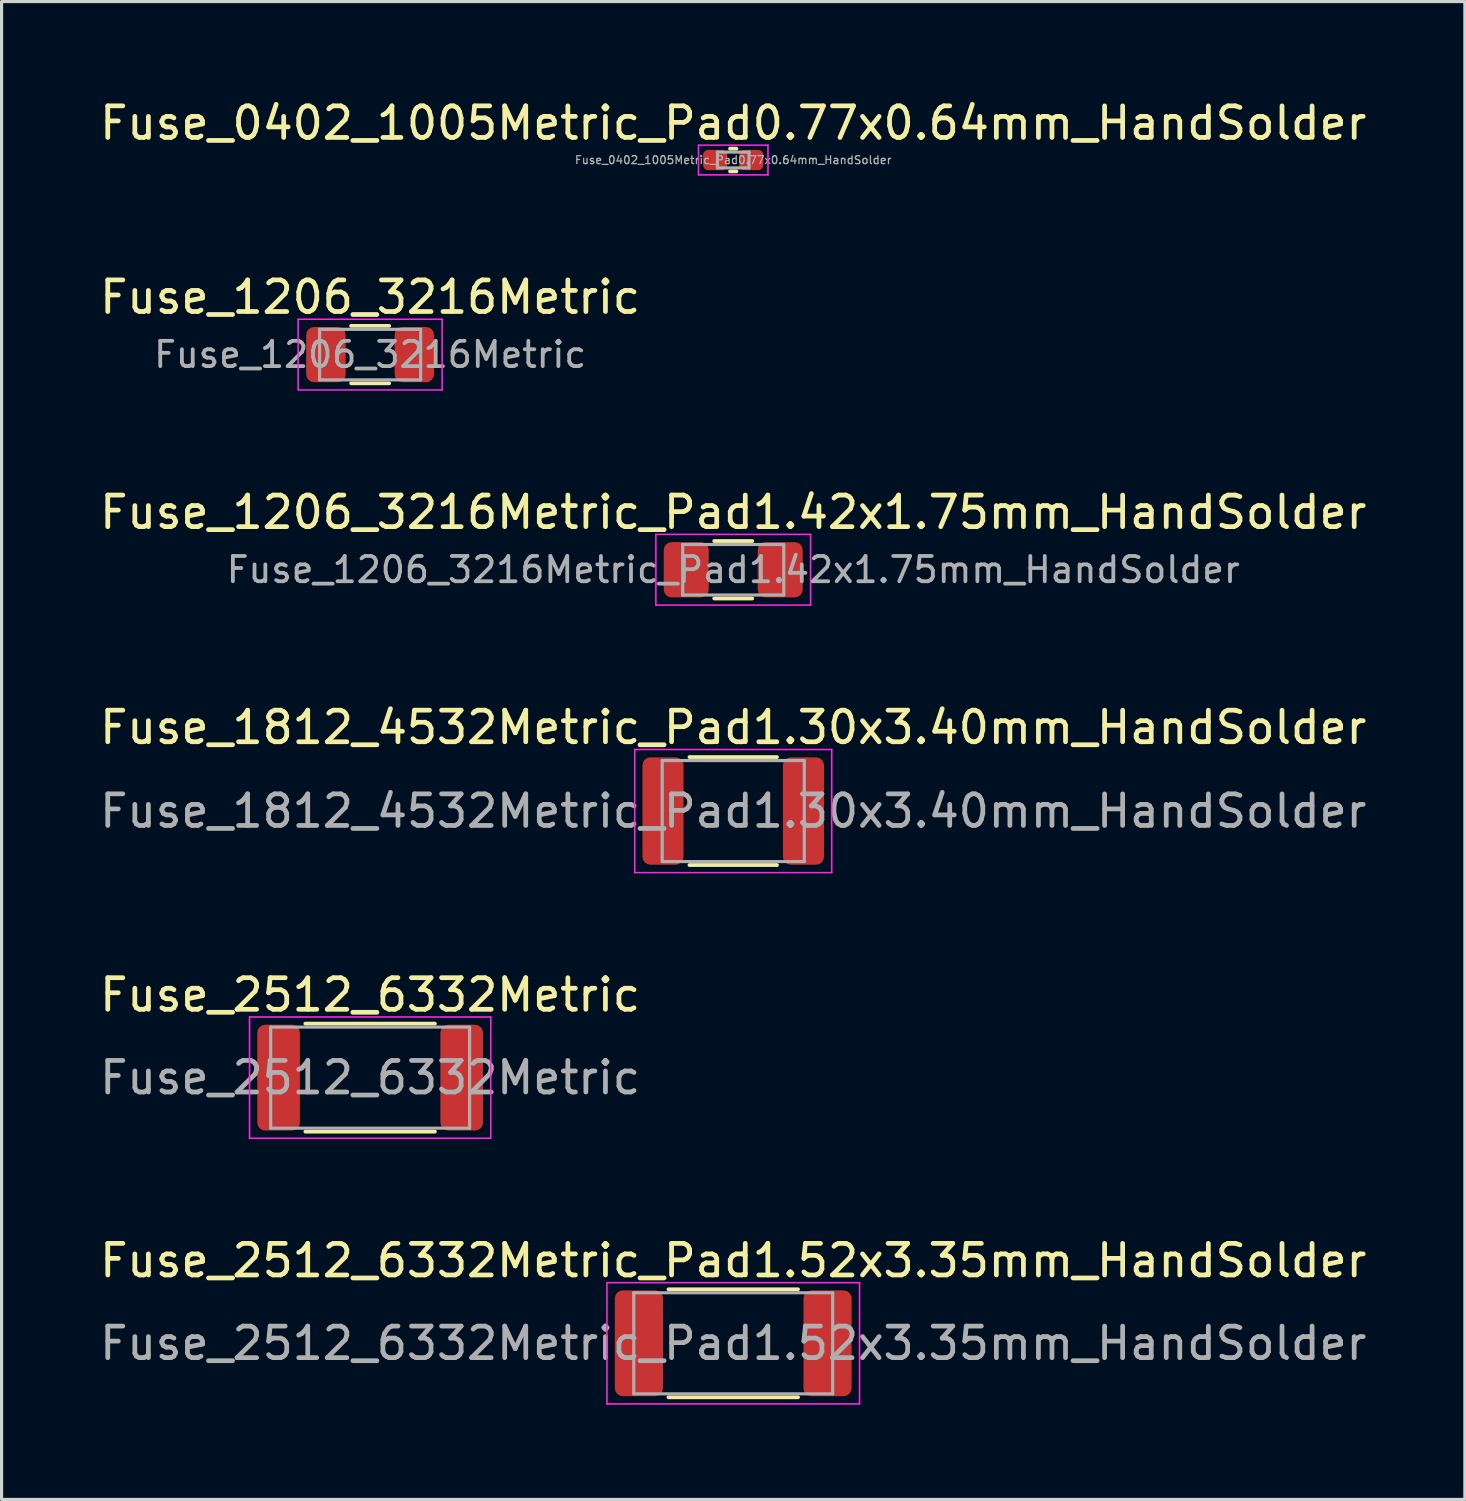
<source format=kicad_pcb>
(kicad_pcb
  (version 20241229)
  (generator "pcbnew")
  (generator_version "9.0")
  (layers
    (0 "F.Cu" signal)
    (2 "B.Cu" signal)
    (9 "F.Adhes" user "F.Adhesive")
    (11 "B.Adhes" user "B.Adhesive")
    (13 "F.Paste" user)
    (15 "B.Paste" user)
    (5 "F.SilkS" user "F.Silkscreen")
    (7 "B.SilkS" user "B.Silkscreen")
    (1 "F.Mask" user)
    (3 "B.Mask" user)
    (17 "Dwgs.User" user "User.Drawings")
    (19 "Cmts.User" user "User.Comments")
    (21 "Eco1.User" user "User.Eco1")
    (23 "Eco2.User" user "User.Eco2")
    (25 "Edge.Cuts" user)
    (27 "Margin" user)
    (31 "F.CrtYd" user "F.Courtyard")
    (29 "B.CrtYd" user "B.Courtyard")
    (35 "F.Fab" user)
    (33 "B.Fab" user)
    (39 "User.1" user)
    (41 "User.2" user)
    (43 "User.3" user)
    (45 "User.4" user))
  (footprint "Fuse_2512_6332Metric_Pad1.52x3.35mm_HandSolder"
    (layer "F.Cu")
    (at 20.173 39.495)
    (property "Reference" "Fuse_2512_6332Metric_Pad1.52x3.35mm_HandSolder" (at 0 -2.62 0) (layer "F.SilkS") (effects (font (size 1 1) (thickness 0.15))))
    (attr smd)
    (fp_line (start -2.052 -1.71) (end 2.052 -1.71) (stroke (width 0.12) (type solid)) (layer "F.SilkS"))
    (fp_line (start -2.052 1.71) (end 2.052 1.71) (stroke (width 0.12) (type solid)) (layer "F.SilkS"))
    (fp_line (start -4 -1.92) (end 4 -1.92) (stroke (width 0.05) (type solid)) (layer "F.CrtYd"))
    (fp_line (start -4 1.92) (end -4 -1.92) (stroke (width 0.05) (type solid)) (layer "F.CrtYd"))
    (fp_line (start 4 -1.92) (end 4 1.92) (stroke (width 0.05) (type solid)) (layer "F.CrtYd"))
    (fp_line (start 4 1.92) (end -4 1.92) (stroke (width 0.05) (type solid)) (layer "F.CrtYd"))
    (fp_line (start -3.15 -1.6) (end 3.15 -1.6) (stroke (width 0.1) (type solid)) (layer "F.Fab"))
    (fp_line (start -3.15 1.6) (end -3.15 -1.6) (stroke (width 0.1) (type solid)) (layer "F.Fab"))
    (fp_line (start 3.15 -1.6) (end 3.15 1.6) (stroke (width 0.1) (type solid)) (layer "F.Fab"))
    (fp_line (start 3.15 1.6) (end -3.15 1.6) (stroke (width 0.1) (type solid)) (layer "F.Fab"))
    (fp_text user "${REFERENCE}" (at 0 0 0) (layer "F.Fab") (effects (font (size 1 1) (thickness 0.15))))
    (pad "1" smd roundrect (at -2.987 0) (size 1.525 3.35) (layers "F.Cu" "F.Mask" "F.Paste") (roundrect_rratio 0.164))
    (pad "2" smd roundrect (at 2.987 0) (size 1.525 3.35) (layers "F.Cu" "F.Mask" "F.Paste") (roundrect_rratio 0.164)))
  (footprint "Fuse_1206_3216Metric"
    (layer "F.Cu")
    (at 8.673 8.181)
    (property "Reference" "Fuse_1206_3216Metric" (at 0 -1.82 0) (layer "F.SilkS") (effects (font (size 1 1) (thickness 0.15))))
    (attr smd)
    (fp_line (start -0.602 -0.91) (end 0.602 -0.91) (stroke (width 0.12) (type solid)) (layer "F.SilkS"))
    (fp_line (start -0.602 0.91) (end 0.602 0.91) (stroke (width 0.12) (type solid)) (layer "F.SilkS"))
    (fp_line (start -2.28 -1.12) (end 2.28 -1.12) (stroke (width 0.05) (type solid)) (layer "F.CrtYd"))
    (fp_line (start -2.28 1.12) (end -2.28 -1.12) (stroke (width 0.05) (type solid)) (layer "F.CrtYd"))
    (fp_line (start 2.28 -1.12) (end 2.28 1.12) (stroke (width 0.05) (type solid)) (layer "F.CrtYd"))
    (fp_line (start 2.28 1.12) (end -2.28 1.12) (stroke (width 0.05) (type solid)) (layer "F.CrtYd"))
    (fp_line (start -1.6 -0.8) (end 1.6 -0.8) (stroke (width 0.1) (type solid)) (layer "F.Fab"))
    (fp_line (start -1.6 0.8) (end -1.6 -0.8) (stroke (width 0.1) (type solid)) (layer "F.Fab"))
    (fp_line (start 1.6 -0.8) (end 1.6 0.8) (stroke (width 0.1) (type solid)) (layer "F.Fab"))
    (fp_line (start 1.6 0.8) (end -1.6 0.8) (stroke (width 0.1) (type solid)) (layer "F.Fab"))
    (fp_text user "${REFERENCE}" (at 0 0 0) (layer "F.Fab") (effects (font (size 0.8 0.8) (thickness 0.12))))
    (pad "1" smd roundrect (at -1.4 0) (size 1.25 1.75) (layers "F.Cu" "F.Mask" "F.Paste") (roundrect_rratio 0.2))
    (pad "2" smd roundrect (at 1.4 0) (size 1.25 1.75) (layers "F.Cu" "F.Mask" "F.Paste") (roundrect_rratio 0.2)))
  (footprint "Fuse_1812_4532Metric_Pad1.30x3.40mm_HandSolder"
    (layer "F.Cu")
    (at 20.173 22.638)
    (property "Reference" "Fuse_1812_4532Metric_Pad1.30x3.40mm_HandSolder" (at 0 -2.65 0) (layer "F.SilkS") (effects (font (size 1 1) (thickness 0.15))))
    (attr smd)
    (fp_line (start -1.386 -1.71) (end 1.386 -1.71) (stroke (width 0.12) (type solid)) (layer "F.SilkS"))
    (fp_line (start -1.386 1.71) (end 1.386 1.71) (stroke (width 0.12) (type solid)) (layer "F.SilkS"))
    (fp_line (start -3.12 -1.95) (end 3.12 -1.95) (stroke (width 0.05) (type solid)) (layer "F.CrtYd"))
    (fp_line (start -3.12 1.95) (end -3.12 -1.95) (stroke (width 0.05) (type solid)) (layer "F.CrtYd"))
    (fp_line (start 3.12 -1.95) (end 3.12 1.95) (stroke (width 0.05) (type solid)) (layer "F.CrtYd"))
    (fp_line (start 3.12 1.95) (end -3.12 1.95) (stroke (width 0.05) (type solid)) (layer "F.CrtYd"))
    (fp_line (start -2.25 -1.6) (end 2.25 -1.6) (stroke (width 0.1) (type solid)) (layer "F.Fab"))
    (fp_line (start -2.25 1.6) (end -2.25 -1.6) (stroke (width 0.1) (type solid)) (layer "F.Fab"))
    (fp_line (start 2.25 -1.6) (end 2.25 1.6) (stroke (width 0.1) (type solid)) (layer "F.Fab"))
    (fp_line (start 2.25 1.6) (end -2.25 1.6) (stroke (width 0.1) (type solid)) (layer "F.Fab"))
    (fp_text user "${REFERENCE}" (at 0 0 0) (layer "F.Fab") (effects (font (size 1 1) (thickness 0.15))))
    (pad "1" smd roundrect (at -2.225 0) (size 1.3 3.4) (layers "F.Cu" "F.Mask" "F.Paste") (roundrect_rratio 0.192))
    (pad "2" smd roundrect (at 2.225 0) (size 1.3 3.4) (layers "F.Cu" "F.Mask" "F.Paste") (roundrect_rratio 0.192)))
  (footprint "Fuse_2512_6332Metric"
    (layer "F.Cu")
    (at 8.673 31.081)
    (property "Reference" "Fuse_2512_6332Metric" (at 0 -2.62 0) (layer "F.SilkS") (effects (font (size 1 1) (thickness 0.15))))
    (attr smd)
    (fp_line (start -2.052 -1.71) (end 2.052 -1.71) (stroke (width 0.12) (type solid)) (layer "F.SilkS"))
    (fp_line (start -2.052 1.71) (end 2.052 1.71) (stroke (width 0.12) (type solid)) (layer "F.SilkS"))
    (fp_line (start -3.82 -1.92) (end 3.82 -1.92) (stroke (width 0.05) (type solid)) (layer "F.CrtYd"))
    (fp_line (start -3.82 1.92) (end -3.82 -1.92) (stroke (width 0.05) (type solid)) (layer "F.CrtYd"))
    (fp_line (start 3.82 -1.92) (end 3.82 1.92) (stroke (width 0.05) (type solid)) (layer "F.CrtYd"))
    (fp_line (start 3.82 1.92) (end -3.82 1.92) (stroke (width 0.05) (type solid)) (layer "F.CrtYd"))
    (fp_line (start -3.15 -1.6) (end 3.15 -1.6) (stroke (width 0.1) (type solid)) (layer "F.Fab"))
    (fp_line (start -3.15 1.6) (end -3.15 -1.6) (stroke (width 0.1) (type solid)) (layer "F.Fab"))
    (fp_line (start 3.15 -1.6) (end 3.15 1.6) (stroke (width 0.1) (type solid)) (layer "F.Fab"))
    (fp_line (start 3.15 1.6) (end -3.15 1.6) (stroke (width 0.1) (type solid)) (layer "F.Fab"))
    (fp_text user "${REFERENCE}" (at 0 0 0) (layer "F.Fab") (effects (font (size 1 1) (thickness 0.15))))
    (pad "1" smd roundrect (at -2.9 0) (size 1.35 3.35) (layers "F.Cu" "F.Mask" "F.Paste") (roundrect_rratio 0.185))
    (pad "2" smd roundrect (at 2.9 0) (size 1.35 3.35) (layers "F.Cu" "F.Mask" "F.Paste") (roundrect_rratio 0.185)))
  (footprint "Fuse_0402_1005Metric_Pad0.77x0.64mm_HandSolder"
    (layer "F.Cu")
    (at 20.173 2.018)
    (property "Reference" "Fuse_0402_1005Metric_Pad0.77x0.64mm_HandSolder" (at 0 -1.17 0) (layer "F.SilkS") (effects (font (size 1 1) (thickness 0.15))))
    (attr smd)
    (fp_line (start -0.1 -0.36) (end 0.1 -0.36) (stroke (width 0.12) (type solid)) (layer "F.SilkS"))
    (fp_line (start -0.1 0.36) (end 0.1 0.36) (stroke (width 0.12) (type solid)) (layer "F.SilkS"))
    (fp_line (start -1.1 -0.47) (end 1.1 -0.47) (stroke (width 0.05) (type solid)) (layer "F.CrtYd"))
    (fp_line (start -1.1 0.47) (end -1.1 -0.47) (stroke (width 0.05) (type solid)) (layer "F.CrtYd"))
    (fp_line (start 1.1 -0.47) (end 1.1 0.47) (stroke (width 0.05) (type solid)) (layer "F.CrtYd"))
    (fp_line (start 1.1 0.47) (end -1.1 0.47) (stroke (width 0.05) (type solid)) (layer "F.CrtYd"))
    (fp_line (start -0.5 -0.25) (end 0.5 -0.25) (stroke (width 0.1) (type solid)) (layer "F.Fab"))
    (fp_line (start -0.5 0.25) (end -0.5 -0.25) (stroke (width 0.1) (type solid)) (layer "F.Fab"))
    (fp_line (start 0.5 -0.25) (end 0.5 0.25) (stroke (width 0.1) (type solid)) (layer "F.Fab"))
    (fp_line (start 0.5 0.25) (end -0.5 0.25) (stroke (width 0.1) (type solid)) (layer "F.Fab"))
    (fp_text user "${REFERENCE}" (at 0 0 0) (layer "F.Fab") (effects (font (size 0.25 0.25) (thickness 0.04))))
    (pad "1" smd roundrect (at -0.573 0) (size 0.765 0.64) (layers "F.Cu" "F.Mask" "F.Paste") (roundrect_rratio 0.25))
    (pad "2" smd roundrect (at 0.573 0) (size 0.765 0.64) (layers "F.Cu" "F.Mask" "F.Paste") (roundrect_rratio 0.25)))
  (footprint "Fuse_1206_3216Metric_Pad1.42x1.75mm_HandSolder"
    (layer "F.Cu")
    (at 20.173 14.995)
    (property "Reference" "Fuse_1206_3216Metric_Pad1.42x1.75mm_HandSolder" (at 0 -1.82 0) (layer "F.SilkS") (effects (font (size 1 1) (thickness 0.15))))
    (attr smd)
    (fp_line (start -0.602 -0.91) (end 0.602 -0.91) (stroke (width 0.12) (type solid)) (layer "F.SilkS"))
    (fp_line (start -0.602 0.91) (end 0.602 0.91) (stroke (width 0.12) (type solid)) (layer "F.SilkS"))
    (fp_line (start -2.45 -1.12) (end 2.45 -1.12) (stroke (width 0.05) (type solid)) (layer "F.CrtYd"))
    (fp_line (start -2.45 1.12) (end -2.45 -1.12) (stroke (width 0.05) (type solid)) (layer "F.CrtYd"))
    (fp_line (start 2.45 -1.12) (end 2.45 1.12) (stroke (width 0.05) (type solid)) (layer "F.CrtYd"))
    (fp_line (start 2.45 1.12) (end -2.45 1.12) (stroke (width 0.05) (type solid)) (layer "F.CrtYd"))
    (fp_line (start -1.6 -0.8) (end 1.6 -0.8) (stroke (width 0.1) (type solid)) (layer "F.Fab"))
    (fp_line (start -1.6 0.8) (end -1.6 -0.8) (stroke (width 0.1) (type solid)) (layer "F.Fab"))
    (fp_line (start 1.6 -0.8) (end 1.6 0.8) (stroke (width 0.1) (type solid)) (layer "F.Fab"))
    (fp_line (start 1.6 0.8) (end -1.6 0.8) (stroke (width 0.1) (type solid)) (layer "F.Fab"))
    (fp_text user "${REFERENCE}" (at 0 0 0) (layer "F.Fab") (effects (font (size 0.8 0.8) (thickness 0.12))))
    (pad "1" smd roundrect (at -1.488 0) (size 1.425 1.75) (layers "F.Cu" "F.Mask" "F.Paste") (roundrect_rratio 0.175))
    (pad "2" smd roundrect (at 1.488 0) (size 1.425 1.75) (layers "F.Cu" "F.Mask" "F.Paste") (roundrect_rratio 0.175)))
  (gr_rect
    (start -3 -3)
    (end 43.345 44.44)
    (stroke (width 0.1) (type default))
    (fill no)
    (layer "Edge.Cuts")))
</source>
